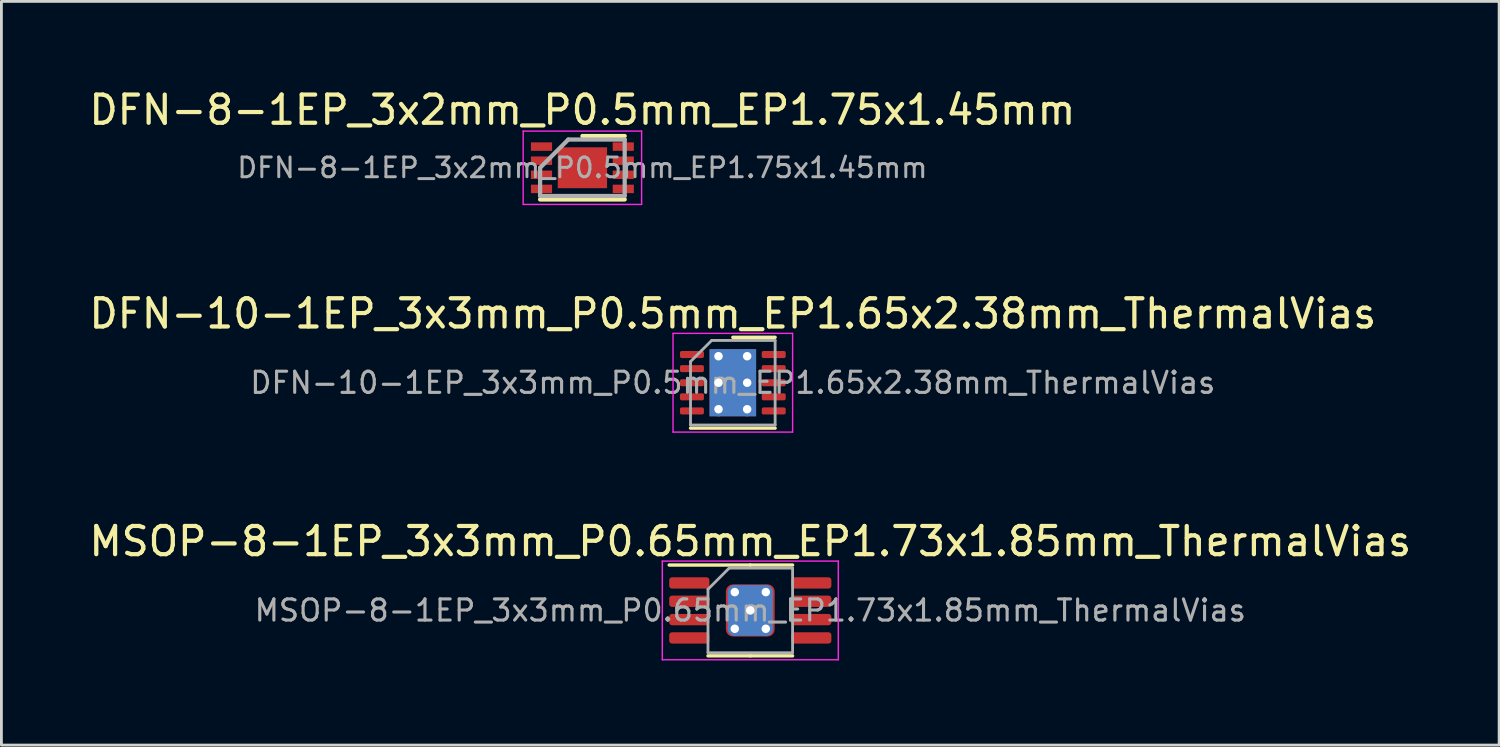
<source format=kicad_pcb>
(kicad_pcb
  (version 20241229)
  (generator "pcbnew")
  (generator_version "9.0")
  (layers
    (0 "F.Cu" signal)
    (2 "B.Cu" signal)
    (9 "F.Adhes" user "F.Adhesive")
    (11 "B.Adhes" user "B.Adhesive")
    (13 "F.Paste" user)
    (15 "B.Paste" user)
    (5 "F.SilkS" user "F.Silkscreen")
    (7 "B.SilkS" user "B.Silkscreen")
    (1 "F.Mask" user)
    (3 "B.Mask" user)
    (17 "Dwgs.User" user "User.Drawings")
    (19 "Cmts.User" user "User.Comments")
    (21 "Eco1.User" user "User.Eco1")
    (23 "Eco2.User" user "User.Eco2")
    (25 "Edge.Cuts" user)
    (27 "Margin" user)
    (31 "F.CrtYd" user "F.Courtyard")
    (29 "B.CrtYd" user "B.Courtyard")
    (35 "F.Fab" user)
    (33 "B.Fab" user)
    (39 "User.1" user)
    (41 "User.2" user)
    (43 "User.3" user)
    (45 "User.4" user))
  (footprint "DFN-10-1EP_3x3mm_P0.5mm_EP1.65x2.38mm_ThermalVias"
    (layer "F.Cu")
    (at 22.935 10.521)
    (property "Reference" "DFN-10-1EP_3x3mm_P0.5mm_EP1.65x2.38mm_ThermalVias" (at 0 -2.45 0) (layer "F.SilkS") (effects (font (size 1 1) (thickness 0.15))))
    (attr smd)
    (fp_line (start -1.5 1.61) (end 1.5 1.61) (stroke (width 0.12) (type solid)) (layer "F.SilkS"))
    (fp_line (start 0 -1.61) (end 1.5 -1.61) (stroke (width 0.12) (type solid)) (layer "F.SilkS"))
    (fp_line (start -2.12 -1.75) (end -2.12 1.75) (stroke (width 0.05) (type solid)) (layer "F.CrtYd"))
    (fp_line (start -2.12 1.75) (end 2.12 1.75) (stroke (width 0.05) (type solid)) (layer "F.CrtYd"))
    (fp_line (start 2.12 -1.75) (end -2.12 -1.75) (stroke (width 0.05) (type solid)) (layer "F.CrtYd"))
    (fp_line (start 2.12 1.75) (end 2.12 -1.75) (stroke (width 0.05) (type solid)) (layer "F.CrtYd"))
    (fp_line (start -1.5 -0.75) (end -0.75 -1.5) (stroke (width 0.1) (type solid)) (layer "F.Fab"))
    (fp_line (start -1.5 1.5) (end -1.5 -0.75) (stroke (width 0.1) (type solid)) (layer "F.Fab"))
    (fp_line (start -0.75 -1.5) (end 1.5 -1.5) (stroke (width 0.1) (type solid)) (layer "F.Fab"))
    (fp_line (start 1.5 -1.5) (end 1.5 1.5) (stroke (width 0.1) (type solid)) (layer "F.Fab"))
    (fp_line (start 1.5 1.5) (end -1.5 1.5) (stroke (width 0.1) (type solid)) (layer "F.Fab"))
    (fp_text user "${REFERENCE}" (at 0 0 0) (layer "F.Fab") (effects (font (size 0.75 0.75) (thickness 0.11))))
    (pad "" smd roundrect (at -0.41 -0.595) (size 0.67 0.96) (layers "F.Paste") (roundrect_rratio 0.25))
    (pad "" smd roundrect (at -0.41 0.595) (size 0.67 0.96) (layers "F.Paste") (roundrect_rratio 0.25))
    (pad "" smd roundrect (at 0.41 -0.595) (size 0.67 0.96) (layers "F.Paste") (roundrect_rratio 0.25))
    (pad "" smd roundrect (at 0.41 0.595) (size 0.67 0.96) (layers "F.Paste") (roundrect_rratio 0.25))
    (pad "1" smd roundrect (at -1.45 -1) (size 0.85 0.25) (layers "F.Cu" "F.Mask" "F.Paste") (roundrect_rratio 0.25))
    (pad "2" smd roundrect (at -1.45 -0.5) (size 0.85 0.25) (layers "F.Cu" "F.Mask" "F.Paste") (roundrect_rratio 0.25))
    (pad "3" smd roundrect (at -1.45 0) (size 0.85 0.25) (layers "F.Cu" "F.Mask" "F.Paste") (roundrect_rratio 0.25))
    (pad "4" smd roundrect (at -1.45 0.5) (size 0.85 0.25) (layers "F.Cu" "F.Mask" "F.Paste") (roundrect_rratio 0.25))
    (pad "5" smd roundrect (at -1.45 1) (size 0.85 0.25) (layers "F.Cu" "F.Mask" "F.Paste") (roundrect_rratio 0.25))
    (pad "6" smd roundrect (at 1.45 1) (size 0.85 0.25) (layers "F.Cu" "F.Mask" "F.Paste") (roundrect_rratio 0.25))
    (pad "7" smd roundrect (at 1.45 0.5) (size 0.85 0.25) (layers "F.Cu" "F.Mask" "F.Paste") (roundrect_rratio 0.25))
    (pad "8" smd roundrect (at 1.45 0) (size 0.85 0.25) (layers "F.Cu" "F.Mask" "F.Paste") (roundrect_rratio 0.25))
    (pad "9" smd roundrect (at 1.45 -0.5) (size 0.85 0.25) (layers "F.Cu" "F.Mask" "F.Paste") (roundrect_rratio 0.25))
    (pad "10" smd roundrect (at 1.45 -1) (size 0.85 0.25) (layers "F.Cu" "F.Mask" "F.Paste") (roundrect_rratio 0.25))
    (pad "11" thru_hole circle (at -0.508 -0.94) (size 0.5 0.5) (drill 0.3) (layers "*.Cu"))
    (pad "11" thru_hole circle (at -0.508 0) (size 0.5 0.5) (drill 0.3) (layers "*.Cu"))
    (pad "11" thru_hole circle (at -0.508 0.94) (size 0.5 0.5) (drill 0.3) (layers "*.Cu"))
    (pad "11" smd rect (at 0 0) (size 1.65 2.38) (layers "F.Cu" "F.Mask"))
    (pad "11" smd rect (at 0 0) (size 1.65 2.38) (layers "B.Cu"))
    (pad "11" thru_hole circle (at 0.508 -0.94) (size 0.5 0.5) (drill 0.3) (layers "*.Cu"))
    (pad "11" thru_hole circle (at 0.508 0) (size 0.5 0.5) (drill 0.3) (layers "*.Cu"))
    (pad "11" thru_hole circle (at 0.508 0.94) (size 0.5 0.5) (drill 0.3) (layers "*.Cu")))
  (footprint "MSOP-8-1EP_3x3mm_P0.65mm_EP1.73x1.85mm_ThermalVias"
    (layer "F.Cu")
    (at 23.554 18.595)
    (property "Reference" "MSOP-8-1EP_3x3mm_P0.65mm_EP1.73x1.85mm_ThermalVias" (at 0 -2.45 0) (layer "F.SilkS") (effects (font (size 1 1) (thickness 0.15))))
    (attr smd)
    (fp_line (start 0 -1.61) (end -2.875 -1.61) (stroke (width 0.12) (type solid)) (layer "F.SilkS"))
    (fp_line (start 0 -1.61) (end 1.5 -1.61) (stroke (width 0.12) (type solid)) (layer "F.SilkS"))
    (fp_line (start 0 1.61) (end -1.5 1.61) (stroke (width 0.12) (type solid)) (layer "F.SilkS"))
    (fp_line (start 0 1.61) (end 1.5 1.61) (stroke (width 0.12) (type solid)) (layer "F.SilkS"))
    (fp_line (start -3.12 -1.75) (end -3.12 1.75) (stroke (width 0.05) (type solid)) (layer "F.CrtYd"))
    (fp_line (start -3.12 1.75) (end 3.12 1.75) (stroke (width 0.05) (type solid)) (layer "F.CrtYd"))
    (fp_line (start 3.12 -1.75) (end -3.12 -1.75) (stroke (width 0.05) (type solid)) (layer "F.CrtYd"))
    (fp_line (start 3.12 1.75) (end 3.12 -1.75) (stroke (width 0.05) (type solid)) (layer "F.CrtYd"))
    (fp_line (start -1.5 -0.75) (end -0.75 -1.5) (stroke (width 0.1) (type solid)) (layer "F.Fab"))
    (fp_line (start -1.5 1.5) (end -1.5 -0.75) (stroke (width 0.1) (type solid)) (layer "F.Fab"))
    (fp_line (start -0.75 -1.5) (end 1.5 -1.5) (stroke (width 0.1) (type solid)) (layer "F.Fab"))
    (fp_line (start 1.5 -1.5) (end 1.5 1.5) (stroke (width 0.1) (type solid)) (layer "F.Fab"))
    (fp_line (start 1.5 1.5) (end -1.5 1.5) (stroke (width 0.1) (type solid)) (layer "F.Fab"))
    (fp_text user "${REFERENCE}" (at 0 0 0) (layer "F.Fab") (effects (font (size 0.75 0.75) (thickness 0.11))))
    (pad "" smd roundrect (at -0.43 -0.46) (size 0.72 0.77) (layers "F.Paste") (roundrect_rratio 0.25))
    (pad "" smd roundrect (at -0.43 0.46) (size 0.72 0.77) (layers "F.Paste") (roundrect_rratio 0.25))
    (pad "" smd roundrect (at 0.43 -0.46) (size 0.72 0.77) (layers "F.Paste") (roundrect_rratio 0.25))
    (pad "" smd roundrect (at 0.43 0.46) (size 0.72 0.77) (layers "F.Paste") (roundrect_rratio 0.25))
    (pad "1" smd roundrect (at -2.163 -0.975) (size 1.425 0.4) (layers "F.Cu" "F.Mask" "F.Paste") (roundrect_rratio 0.25))
    (pad "2" smd roundrect (at -2.163 -0.325) (size 1.425 0.4) (layers "F.Cu" "F.Mask" "F.Paste") (roundrect_rratio 0.25))
    (pad "3" smd roundrect (at -2.163 0.325) (size 1.425 0.4) (layers "F.Cu" "F.Mask" "F.Paste") (roundrect_rratio 0.25))
    (pad "4" smd roundrect (at -2.163 0.975) (size 1.425 0.4) (layers "F.Cu" "F.Mask" "F.Paste") (roundrect_rratio 0.25))
    (pad "5" smd roundrect (at 2.163 0.975) (size 1.425 0.4) (layers "F.Cu" "F.Mask" "F.Paste") (roundrect_rratio 0.25))
    (pad "6" smd roundrect (at 2.163 0.325) (size 1.425 0.4) (layers "F.Cu" "F.Mask" "F.Paste") (roundrect_rratio 0.25))
    (pad "7" smd roundrect (at 2.163 -0.325) (size 1.425 0.4) (layers "F.Cu" "F.Mask" "F.Paste") (roundrect_rratio 0.25))
    (pad "8" smd roundrect (at 2.163 -0.975) (size 1.425 0.4) (layers "F.Cu" "F.Mask" "F.Paste") (roundrect_rratio 0.25))
    (pad "9" thru_hole circle (at -0.55 -0.65) (size 0.5 0.5) (drill 0.3) (layers "*.Cu"))
    (pad "9" thru_hole circle (at -0.55 0.65) (size 0.5 0.5) (drill 0.3) (layers "*.Cu"))
    (pad "9" thru_hole circle (at 0 0) (size 0.5 0.5) (drill 0.3) (layers "*.Cu"))
    (pad "9" smd roundrect (at 0 0) (size 1.6 1.8) (layers "B.Cu") (roundrect_rratio 0.156))
    (pad "9" smd roundrect (at 0 0) (size 1.73 1.85) (layers "F.Cu" "F.Mask") (roundrect_rratio 0.145))
    (pad "9" thru_hole circle (at 0.55 -0.65) (size 0.5 0.5) (drill 0.3) (layers "*.Cu"))
    (pad "9" thru_hole circle (at 0.55 0.65) (size 0.5 0.5) (drill 0.3) (layers "*.Cu")))
  (footprint "DFN-8-1EP_3x2mm_P0.5mm_EP1.75x1.45mm"
    (layer "F.Cu")
    (at 17.601 2.898)
    (property "Reference" "DFN-8-1EP_3x2mm_P0.5mm_EP1.75x1.45mm" (at 0 -2.05 0) (layer "F.SilkS") (effects (font (size 1 1) (thickness 0.15))))
    (attr smd)
    (fp_line (start -1.5 1.125) (end 1.5 1.125) (stroke (width 0.15) (type solid)) (layer "F.SilkS"))
    (fp_line (start 0 -1.125) (end 1.5 -1.125) (stroke (width 0.15) (type solid)) (layer "F.SilkS"))
    (fp_line (start -2.1 -1.3) (end -2.1 1.3) (stroke (width 0.05) (type solid)) (layer "F.CrtYd"))
    (fp_line (start -2.1 -1.3) (end 2.1 -1.3) (stroke (width 0.05) (type solid)) (layer "F.CrtYd"))
    (fp_line (start -2.1 1.3) (end 2.1 1.3) (stroke (width 0.05) (type solid)) (layer "F.CrtYd"))
    (fp_line (start 2.1 -1.3) (end 2.1 1.3) (stroke (width 0.05) (type solid)) (layer "F.CrtYd"))
    (fp_line (start -1.5 0) (end -0.5 -1) (stroke (width 0.15) (type solid)) (layer "F.Fab"))
    (fp_line (start -1.5 1) (end -1.5 0) (stroke (width 0.15) (type solid)) (layer "F.Fab"))
    (fp_line (start -0.5 -1) (end 1.5 -1) (stroke (width 0.15) (type solid)) (layer "F.Fab"))
    (fp_line (start 1.5 -1) (end 1.5 1) (stroke (width 0.15) (type solid)) (layer "F.Fab"))
    (fp_line (start 1.5 1) (end -1.5 1) (stroke (width 0.15) (type solid)) (layer "F.Fab"))
    (fp_text user "${REFERENCE}" (at 0 0 0) (layer "F.Fab") (effects (font (size 0.7 0.7) (thickness 0.105))))
    (pad "" smd rect (at -0.438 -0.362) (size 0.71 0.58) (layers "F.Paste"))
    (pad "" smd rect (at -0.438 0.362) (size 0.71 0.58) (layers "F.Paste"))
    (pad "" smd rect (at 0.438 -0.362) (size 0.71 0.58) (layers "F.Paste"))
    (pad "" smd rect (at 0.438 0.362) (size 0.71 0.58) (layers "F.Paste"))
    (pad "1" smd rect (at -1.45 -0.75) (size 0.75 0.3) (layers "F.Cu" "F.Mask" "F.Paste"))
    (pad "2" smd rect (at -1.45 -0.25) (size 0.75 0.3) (layers "F.Cu" "F.Mask" "F.Paste"))
    (pad "3" smd rect (at -1.45 0.25) (size 0.75 0.3) (layers "F.Cu" "F.Mask" "F.Paste"))
    (pad "4" smd rect (at -1.45 0.75) (size 0.75 0.3) (layers "F.Cu" "F.Mask" "F.Paste"))
    (pad "5" smd rect (at 1.45 0.75) (size 0.75 0.3) (layers "F.Cu" "F.Mask" "F.Paste"))
    (pad "6" smd rect (at 1.45 0.25) (size 0.75 0.3) (layers "F.Cu" "F.Mask" "F.Paste"))
    (pad "7" smd rect (at 1.45 -0.25) (size 0.75 0.3) (layers "F.Cu" "F.Mask" "F.Paste"))
    (pad "8" smd rect (at 1.45 -0.75) (size 0.75 0.3) (layers "F.Cu" "F.Mask" "F.Paste"))
    (pad "9" smd rect (at 0 0) (size 1.75 1.45) (layers "F.Cu" "F.Mask")))
  (gr_rect
    (start -3 -3)
    (end 50.107 23.37)
    (stroke (width 0.1) (type default))
    (fill no)
    (layer "Edge.Cuts")))
</source>
